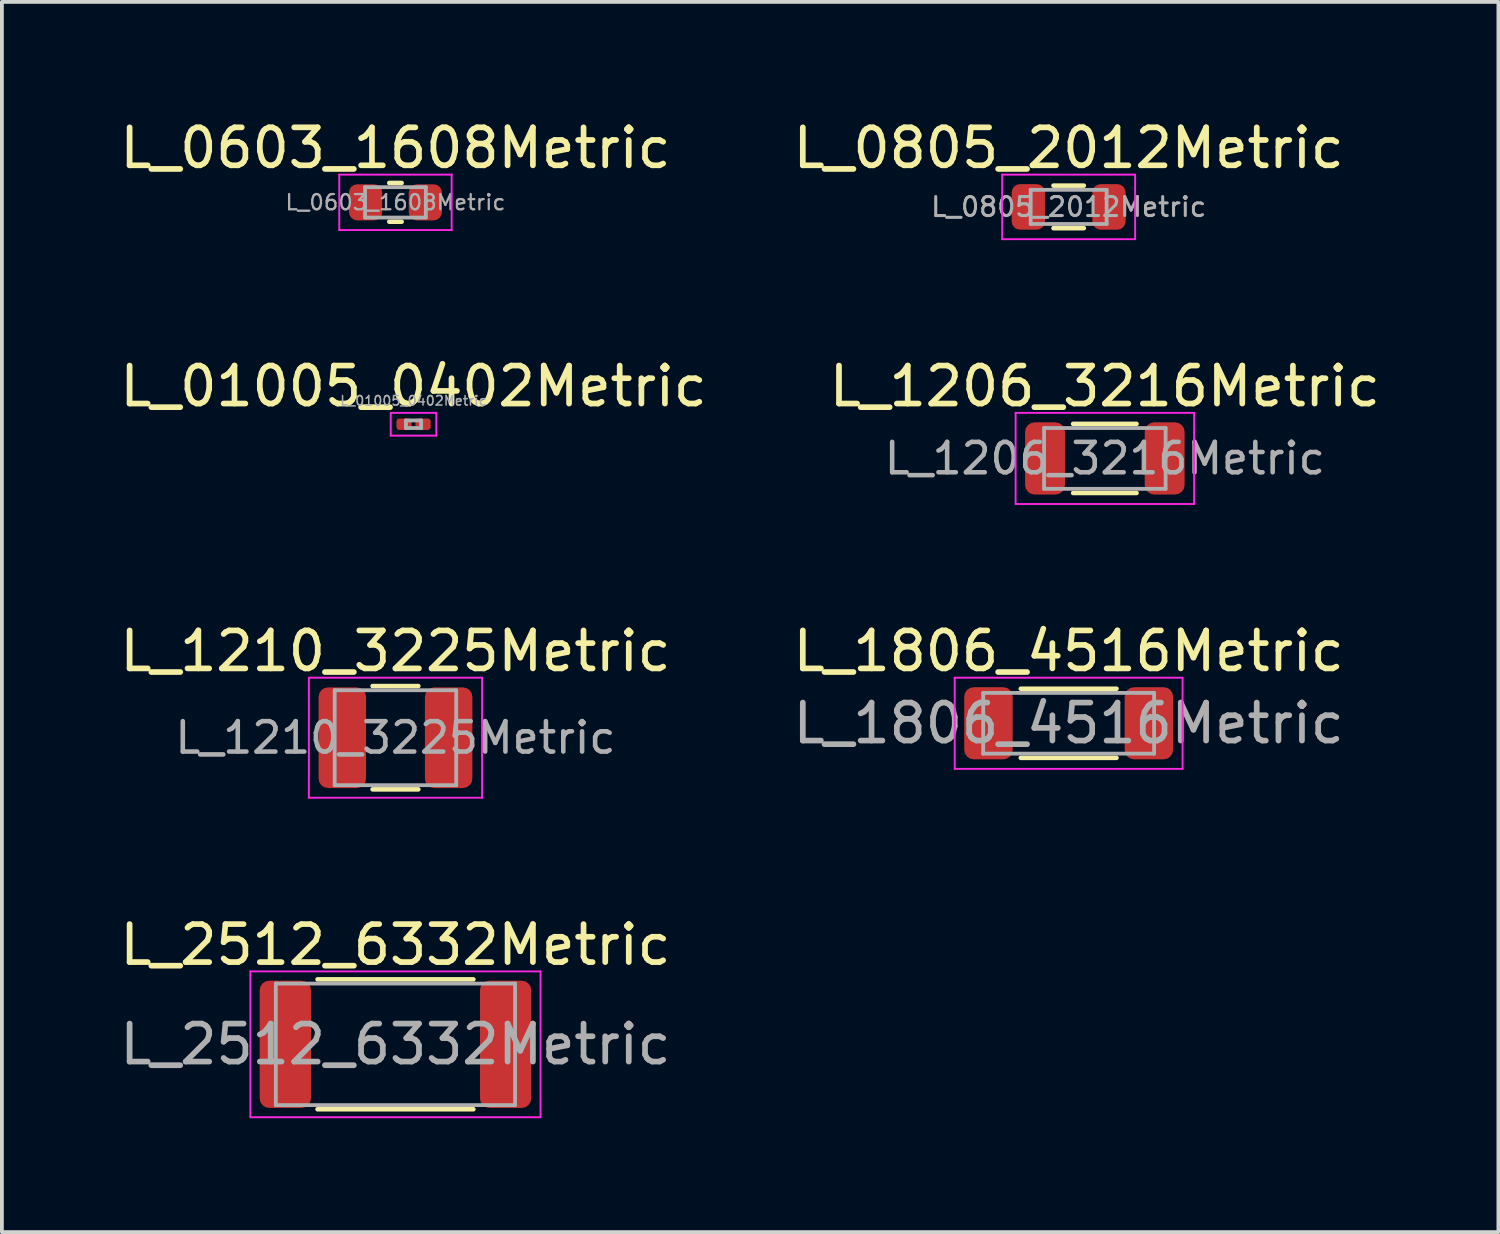
<source format=kicad_pcb>
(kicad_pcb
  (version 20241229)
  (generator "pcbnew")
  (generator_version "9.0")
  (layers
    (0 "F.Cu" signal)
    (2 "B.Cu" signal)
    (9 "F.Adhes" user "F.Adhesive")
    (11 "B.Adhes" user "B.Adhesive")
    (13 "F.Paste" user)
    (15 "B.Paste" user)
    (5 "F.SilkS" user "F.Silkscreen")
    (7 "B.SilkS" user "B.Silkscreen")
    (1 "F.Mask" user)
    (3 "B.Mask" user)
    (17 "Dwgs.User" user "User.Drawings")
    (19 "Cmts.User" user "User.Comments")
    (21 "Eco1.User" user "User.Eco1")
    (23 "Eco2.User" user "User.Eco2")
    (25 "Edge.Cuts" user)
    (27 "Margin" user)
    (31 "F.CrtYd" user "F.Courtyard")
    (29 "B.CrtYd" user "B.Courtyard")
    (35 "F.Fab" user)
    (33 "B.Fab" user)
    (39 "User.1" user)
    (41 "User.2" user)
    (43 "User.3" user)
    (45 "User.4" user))
  (footprint "L_1210_3225Metric"
    (layer "F.Cu")
    (at 7.363 16.375)
    (property "Reference" "L_1210_3225Metric" (at 0 -2.28 0) (layer "F.SilkS") (effects (font (size 1 1) (thickness 0.15))))
    (attr smd)
    (fp_line (start -0.602 -1.36) (end 0.602 -1.36) (stroke (width 0.12) (type solid)) (layer "F.SilkS"))
    (fp_line (start -0.602 1.36) (end 0.602 1.36) (stroke (width 0.12) (type solid)) (layer "F.SilkS"))
    (fp_line (start -2.28 -1.58) (end 2.28 -1.58) (stroke (width 0.05) (type solid)) (layer "F.CrtYd"))
    (fp_line (start -2.28 1.58) (end -2.28 -1.58) (stroke (width 0.05) (type solid)) (layer "F.CrtYd"))
    (fp_line (start 2.28 -1.58) (end 2.28 1.58) (stroke (width 0.05) (type solid)) (layer "F.CrtYd"))
    (fp_line (start 2.28 1.58) (end -2.28 1.58) (stroke (width 0.05) (type solid)) (layer "F.CrtYd"))
    (fp_line (start -1.6 -1.25) (end 1.6 -1.25) (stroke (width 0.1) (type solid)) (layer "F.Fab"))
    (fp_line (start -1.6 1.25) (end -1.6 -1.25) (stroke (width 0.1) (type solid)) (layer "F.Fab"))
    (fp_line (start 1.6 -1.25) (end 1.6 1.25) (stroke (width 0.1) (type solid)) (layer "F.Fab"))
    (fp_line (start 1.6 1.25) (end -1.6 1.25) (stroke (width 0.1) (type solid)) (layer "F.Fab"))
    (fp_text user "${REFERENCE}" (at 0 0 0) (layer "F.Fab") (effects (font (size 0.8 0.8) (thickness 0.12))))
    (pad "1" smd roundrect (at -1.4 0) (size 1.25 2.65) (layers "F.Cu" "F.Mask" "F.Paste") (roundrect_rratio 0.2))
    (pad "2" smd roundrect (at 1.4 0) (size 1.25 2.65) (layers "F.Cu" "F.Mask" "F.Paste") (roundrect_rratio 0.2)))
  (footprint "L_01005_0402Metric"
    (layer "F.Cu")
    (at 7.839 8.121)
    (property "Reference" "L_01005_0402Metric" (at 0 -1 0) (layer "F.SilkS") (effects (font (size 1 1) (thickness 0.15))))
    (attr smd)
    (fp_line (start -0.6 -0.3) (end 0.6 -0.3) (stroke (width 0.05) (type solid)) (layer "F.CrtYd"))
    (fp_line (start -0.6 0.3) (end -0.6 -0.3) (stroke (width 0.05) (type solid)) (layer "F.CrtYd"))
    (fp_line (start 0.6 -0.3) (end 0.6 0.3) (stroke (width 0.05) (type solid)) (layer "F.CrtYd"))
    (fp_line (start 0.6 0.3) (end -0.6 0.3) (stroke (width 0.05) (type solid)) (layer "F.CrtYd"))
    (fp_line (start -0.2 -0.1) (end 0.2 -0.1) (stroke (width 0.1) (type solid)) (layer "F.Fab"))
    (fp_line (start -0.2 0.1) (end -0.2 -0.1) (stroke (width 0.1) (type solid)) (layer "F.Fab"))
    (fp_line (start 0.2 -0.1) (end 0.2 0.1) (stroke (width 0.1) (type solid)) (layer "F.Fab"))
    (fp_line (start 0.2 0.1) (end -0.2 0.1) (stroke (width 0.1) (type solid)) (layer "F.Fab"))
    (fp_text user "${REFERENCE}" (at 0 -0.62 0) (layer "F.Fab") (effects (font (size 0.25 0.25) (thickness 0.04))))
    (pad "" smd roundrect (at -0.275 0) (size 0.27 0.27) (layers "F.Paste") (roundrect_rratio 0.25))
    (pad "" smd roundrect (at 0.275 0) (size 0.27 0.27) (layers "F.Paste") (roundrect_rratio 0.25))
    (pad "1" smd roundrect (at -0.25 0) (size 0.4 0.3) (layers "F.Cu" "F.Mask") (roundrect_rratio 0.25))
    (pad "2" smd roundrect (at 0.25 0) (size 0.4 0.3) (layers "F.Cu" "F.Mask") (roundrect_rratio 0.25)))
  (footprint "L_0805_2012Metric"
    (layer "F.Cu")
    (at 25.089 2.398)
    (property "Reference" "L_0805_2012Metric" (at 0 -1.55 0) (layer "F.SilkS") (effects (font (size 1 1) (thickness 0.15))))
    (attr smd)
    (fp_line (start -0.4 -0.56) (end 0.4 -0.56) (stroke (width 0.12) (type solid)) (layer "F.SilkS"))
    (fp_line (start -0.4 0.56) (end 0.4 0.56) (stroke (width 0.12) (type solid)) (layer "F.SilkS"))
    (fp_line (start -1.75 -0.85) (end 1.75 -0.85) (stroke (width 0.05) (type solid)) (layer "F.CrtYd"))
    (fp_line (start -1.75 0.85) (end -1.75 -0.85) (stroke (width 0.05) (type solid)) (layer "F.CrtYd"))
    (fp_line (start 1.75 -0.85) (end 1.75 0.85) (stroke (width 0.05) (type solid)) (layer "F.CrtYd"))
    (fp_line (start 1.75 0.85) (end -1.75 0.85) (stroke (width 0.05) (type solid)) (layer "F.CrtYd"))
    (fp_line (start -1 -0.45) (end 1 -0.45) (stroke (width 0.1) (type solid)) (layer "F.Fab"))
    (fp_line (start -1 0.45) (end -1 -0.45) (stroke (width 0.1) (type solid)) (layer "F.Fab"))
    (fp_line (start 1 -0.45) (end 1 0.45) (stroke (width 0.1) (type solid)) (layer "F.Fab"))
    (fp_line (start 1 0.45) (end -1 0.45) (stroke (width 0.1) (type solid)) (layer "F.Fab"))
    (fp_text user "${REFERENCE}" (at 0 0 0) (layer "F.Fab") (effects (font (size 0.5 0.5) (thickness 0.08))))
    (pad "1" smd roundrect (at -1.062 0) (size 0.875 1.2) (layers "F.Cu" "F.Mask" "F.Paste") (roundrect_rratio 0.25))
    (pad "2" smd roundrect (at 1.062 0) (size 0.875 1.2) (layers "F.Cu" "F.Mask" "F.Paste") (roundrect_rratio 0.25)))
  (footprint "L_1806_4516Metric"
    (layer "F.Cu")
    (at 25.089 15.995)
    (property "Reference" "L_1806_4516Metric" (at 0 -1.9 0) (layer "F.SilkS") (effects (font (size 1 1) (thickness 0.15))))
    (attr smd)
    (fp_line (start -1.26 -0.91) (end 1.26 -0.91) (stroke (width 0.12) (type solid)) (layer "F.SilkS"))
    (fp_line (start -1.26 0.91) (end 1.26 0.91) (stroke (width 0.12) (type solid)) (layer "F.SilkS"))
    (fp_line (start -3 -1.2) (end 3 -1.2) (stroke (width 0.05) (type solid)) (layer "F.CrtYd"))
    (fp_line (start -3 1.2) (end -3 -1.2) (stroke (width 0.05) (type solid)) (layer "F.CrtYd"))
    (fp_line (start 3 -1.2) (end 3 1.2) (stroke (width 0.05) (type solid)) (layer "F.CrtYd"))
    (fp_line (start 3 1.2) (end -3 1.2) (stroke (width 0.05) (type solid)) (layer "F.CrtYd"))
    (fp_line (start -2.25 -0.8) (end 2.25 -0.8) (stroke (width 0.1) (type solid)) (layer "F.Fab"))
    (fp_line (start -2.25 0.8) (end -2.25 -0.8) (stroke (width 0.1) (type solid)) (layer "F.Fab"))
    (fp_line (start 2.25 -0.8) (end 2.25 0.8) (stroke (width 0.1) (type solid)) (layer "F.Fab"))
    (fp_line (start 2.25 0.8) (end -2.25 0.8) (stroke (width 0.1) (type solid)) (layer "F.Fab"))
    (fp_text user "${REFERENCE}" (at 0 0 0) (layer "F.Fab") (effects (font (size 1 1) (thickness 0.15))))
    (pad "1" smd roundrect (at -2.112 0) (size 1.275 1.9) (layers "F.Cu" "F.Mask" "F.Paste") (roundrect_rratio 0.196))
    (pad "2" smd roundrect (at 2.112 0) (size 1.275 1.9) (layers "F.Cu" "F.Mask" "F.Paste") (roundrect_rratio 0.196)))
  (footprint "L_1206_3216Metric"
    (layer "F.Cu")
    (at 26.042 9.021)
    (property "Reference" "L_1206_3216Metric" (at 0 -1.9 0) (layer "F.SilkS") (effects (font (size 1 1) (thickness 0.15))))
    (attr smd)
    (fp_line (start -0.835 -0.91) (end 0.835 -0.91) (stroke (width 0.12) (type solid)) (layer "F.SilkS"))
    (fp_line (start -0.835 0.91) (end 0.835 0.91) (stroke (width 0.12) (type solid)) (layer "F.SilkS"))
    (fp_line (start -2.35 -1.2) (end 2.35 -1.2) (stroke (width 0.05) (type solid)) (layer "F.CrtYd"))
    (fp_line (start -2.35 1.2) (end -2.35 -1.2) (stroke (width 0.05) (type solid)) (layer "F.CrtYd"))
    (fp_line (start 2.35 -1.2) (end 2.35 1.2) (stroke (width 0.05) (type solid)) (layer "F.CrtYd"))
    (fp_line (start 2.35 1.2) (end -2.35 1.2) (stroke (width 0.05) (type solid)) (layer "F.CrtYd"))
    (fp_line (start -1.6 -0.8) (end 1.6 -0.8) (stroke (width 0.1) (type solid)) (layer "F.Fab"))
    (fp_line (start -1.6 0.8) (end -1.6 -0.8) (stroke (width 0.1) (type solid)) (layer "F.Fab"))
    (fp_line (start 1.6 -0.8) (end 1.6 0.8) (stroke (width 0.1) (type solid)) (layer "F.Fab"))
    (fp_line (start 1.6 0.8) (end -1.6 0.8) (stroke (width 0.1) (type solid)) (layer "F.Fab"))
    (fp_text user "${REFERENCE}" (at 0 0 0) (layer "F.Fab") (effects (font (size 0.8 0.8) (thickness 0.12))))
    (pad "1" smd roundrect (at -1.575 0) (size 1.05 1.9) (layers "F.Cu" "F.Mask" "F.Paste") (roundrect_rratio 0.238))
    (pad "2" smd roundrect (at 1.575 0) (size 1.05 1.9) (layers "F.Cu" "F.Mask" "F.Paste") (roundrect_rratio 0.238)))
  (footprint "L_2512_6332Metric"
    (layer "F.Cu")
    (at 7.363 24.448)
    (property "Reference" "L_2512_6332Metric" (at 0 -2.62 0) (layer "F.SilkS") (effects (font (size 1 1) (thickness 0.15))))
    (attr smd)
    (fp_line (start -2.052 -1.71) (end 2.052 -1.71) (stroke (width 0.12) (type solid)) (layer "F.SilkS"))
    (fp_line (start -2.052 1.71) (end 2.052 1.71) (stroke (width 0.12) (type solid)) (layer "F.SilkS"))
    (fp_line (start -3.82 -1.92) (end 3.82 -1.92) (stroke (width 0.05) (type solid)) (layer "F.CrtYd"))
    (fp_line (start -3.82 1.92) (end -3.82 -1.92) (stroke (width 0.05) (type solid)) (layer "F.CrtYd"))
    (fp_line (start 3.82 -1.92) (end 3.82 1.92) (stroke (width 0.05) (type solid)) (layer "F.CrtYd"))
    (fp_line (start 3.82 1.92) (end -3.82 1.92) (stroke (width 0.05) (type solid)) (layer "F.CrtYd"))
    (fp_line (start -3.15 -1.6) (end 3.15 -1.6) (stroke (width 0.1) (type solid)) (layer "F.Fab"))
    (fp_line (start -3.15 1.6) (end -3.15 -1.6) (stroke (width 0.1) (type solid)) (layer "F.Fab"))
    (fp_line (start 3.15 -1.6) (end 3.15 1.6) (stroke (width 0.1) (type solid)) (layer "F.Fab"))
    (fp_line (start 3.15 1.6) (end -3.15 1.6) (stroke (width 0.1) (type solid)) (layer "F.Fab"))
    (fp_text user "${REFERENCE}" (at 0 0 0) (layer "F.Fab") (effects (font (size 1 1) (thickness 0.15))))
    (pad "1" smd roundrect (at -2.9 0) (size 1.35 3.35) (layers "F.Cu" "F.Mask" "F.Paste") (roundrect_rratio 0.185))
    (pad "2" smd roundrect (at 2.9 0) (size 1.35 3.35) (layers "F.Cu" "F.Mask" "F.Paste") (roundrect_rratio 0.185)))
  (footprint "L_0603_1608Metric"
    (layer "F.Cu")
    (at 7.363 2.278)
    (property "Reference" "L_0603_1608Metric" (at 0 -1.43 0) (layer "F.SilkS") (effects (font (size 1 1) (thickness 0.15))))
    (attr smd)
    (fp_line (start -0.163 -0.51) (end 0.163 -0.51) (stroke (width 0.12) (type solid)) (layer "F.SilkS"))
    (fp_line (start -0.163 0.51) (end 0.163 0.51) (stroke (width 0.12) (type solid)) (layer "F.SilkS"))
    (fp_line (start -1.48 -0.73) (end 1.48 -0.73) (stroke (width 0.05) (type solid)) (layer "F.CrtYd"))
    (fp_line (start -1.48 0.73) (end -1.48 -0.73) (stroke (width 0.05) (type solid)) (layer "F.CrtYd"))
    (fp_line (start 1.48 -0.73) (end 1.48 0.73) (stroke (width 0.05) (type solid)) (layer "F.CrtYd"))
    (fp_line (start 1.48 0.73) (end -1.48 0.73) (stroke (width 0.05) (type solid)) (layer "F.CrtYd"))
    (fp_line (start -0.8 -0.4) (end 0.8 -0.4) (stroke (width 0.1) (type solid)) (layer "F.Fab"))
    (fp_line (start -0.8 0.4) (end -0.8 -0.4) (stroke (width 0.1) (type solid)) (layer "F.Fab"))
    (fp_line (start 0.8 -0.4) (end 0.8 0.4) (stroke (width 0.1) (type solid)) (layer "F.Fab"))
    (fp_line (start 0.8 0.4) (end -0.8 0.4) (stroke (width 0.1) (type solid)) (layer "F.Fab"))
    (fp_text user "${REFERENCE}" (at 0 0 0) (layer "F.Fab") (effects (font (size 0.4 0.4) (thickness 0.06))))
    (pad "1" smd roundrect (at -0.787 0) (size 0.875 0.95) (layers "F.Cu" "F.Mask" "F.Paste") (roundrect_rratio 0.25))
    (pad "2" smd roundrect (at 0.787 0) (size 0.875 0.95) (layers "F.Cu" "F.Mask" "F.Paste") (roundrect_rratio 0.25)))
  (gr_rect
    (start -3 -3)
    (end 36.405 29.393)
    (stroke (width 0.1) (type default))
    (fill no)
    (layer "Edge.Cuts")))
</source>
